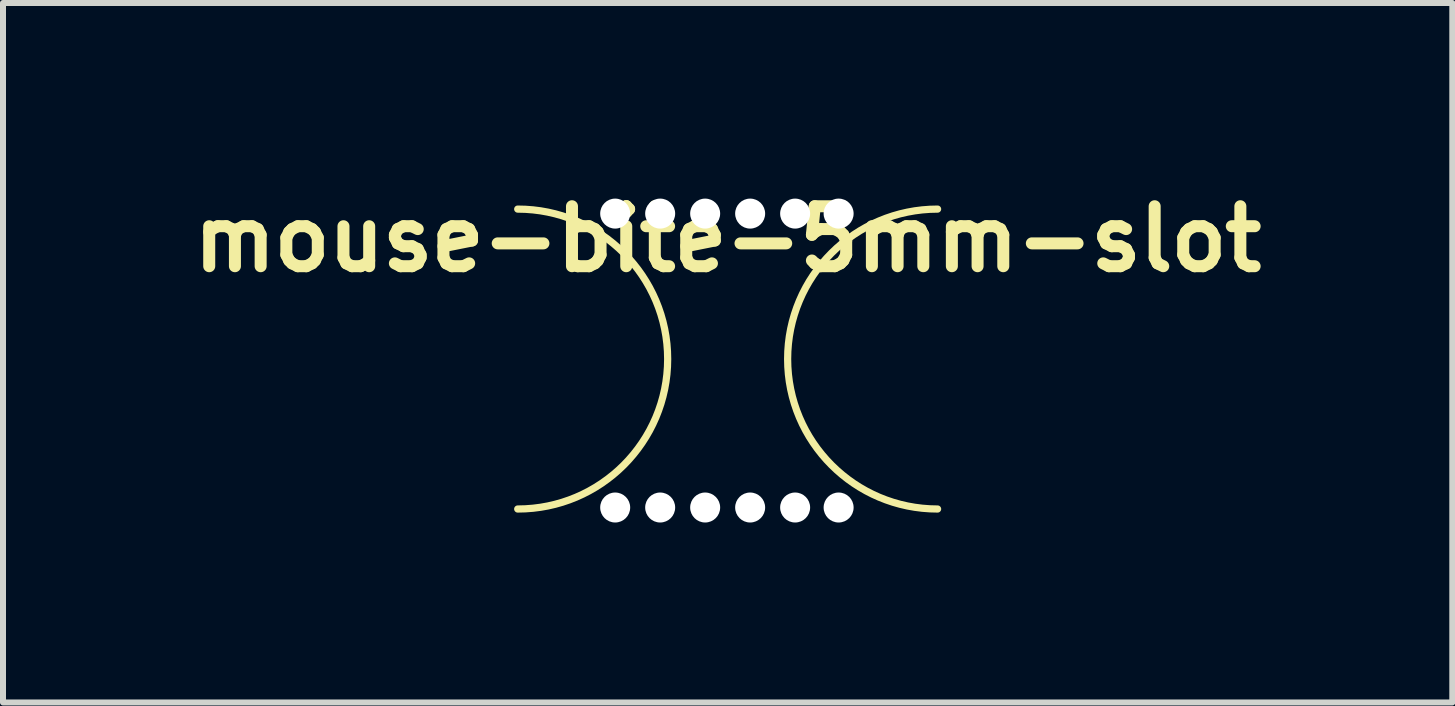
<source format=kicad_pcb>
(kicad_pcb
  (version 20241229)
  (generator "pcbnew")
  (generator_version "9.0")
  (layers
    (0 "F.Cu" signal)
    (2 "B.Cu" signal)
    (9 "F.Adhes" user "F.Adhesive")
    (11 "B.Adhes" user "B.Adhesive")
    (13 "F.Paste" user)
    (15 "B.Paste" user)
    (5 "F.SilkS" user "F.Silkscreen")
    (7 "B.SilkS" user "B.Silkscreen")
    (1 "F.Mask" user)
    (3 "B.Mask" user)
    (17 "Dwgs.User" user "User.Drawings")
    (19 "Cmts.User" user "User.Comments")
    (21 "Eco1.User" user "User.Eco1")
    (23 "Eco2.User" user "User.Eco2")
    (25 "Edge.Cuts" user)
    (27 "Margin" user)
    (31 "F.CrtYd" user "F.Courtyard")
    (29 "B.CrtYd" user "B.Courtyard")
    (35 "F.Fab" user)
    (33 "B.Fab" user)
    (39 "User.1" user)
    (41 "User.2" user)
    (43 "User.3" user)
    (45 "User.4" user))
  (footprint "mouse-bite-5mm-slot"
    (layer "F.Cu")
    (at 9.081 2.936)
    (property "Reference" "mouse-bite-5mm-slot" (at 0 -2 0) (layer "F.SilkS") (effects (font (size 1 1) (thickness 0.2))))
    (attr through_hole)
    (fp_arc (start -3.5 -2.5) (mid -1 0) (end -3.5 2.5) (stroke (width 0.12) (type solid)) (layer "F.SilkS"))
    (fp_arc (start 3.5 2.5) (mid 1 0) (end 3.5 -2.5) (stroke (width 0.12) (type solid)) (layer "F.SilkS"))
    (pad "" np_thru_hole circle (at -1.875 -2.425) (size 0.5 0.5) (drill 0.5) (layers "*.Cu" "*.Mask"))
    (pad "" np_thru_hole circle (at -1.875 2.475) (size 0.5 0.5) (drill 0.5) (layers "*.Cu" "*.Mask"))
    (pad "" np_thru_hole circle (at -1.125 -2.425) (size 0.5 0.5) (drill 0.5) (layers "*.Cu" "*.Mask"))
    (pad "" np_thru_hole circle (at -1.125 2.475) (size 0.5 0.5) (drill 0.5) (layers "*.Cu" "*.Mask"))
    (pad "" np_thru_hole circle (at -0.375 -2.425) (size 0.5 0.5) (drill 0.5) (layers "*.Cu" "*.Mask"))
    (pad "" np_thru_hole circle (at -0.375 2.475) (size 0.5 0.5) (drill 0.5) (layers "*.Cu" "*.Mask"))
    (pad "" np_thru_hole circle (at 0.375 -2.425) (size 0.5 0.5) (drill 0.5) (layers "*.Cu" "*.Mask"))
    (pad "" np_thru_hole circle (at 0.375 2.475) (size 0.5 0.5) (drill 0.5) (layers "*.Cu" "*.Mask"))
    (pad "" np_thru_hole circle (at 1.125 -2.425) (size 0.5 0.5) (drill 0.5) (layers "*.Cu" "*.Mask"))
    (pad "" np_thru_hole circle (at 1.125 2.475) (size 0.5 0.5) (drill 0.5) (layers "*.Cu" "*.Mask"))
    (pad "" np_thru_hole circle (at 1.85 -2.425) (size 0.5 0.5) (drill 0.5) (layers "*.Cu" "*.Mask"))
    (pad "" np_thru_hole circle (at 1.85 2.475) (size 0.5 0.5) (drill 0.5) (layers "*.Cu" "*.Mask")))
  (gr_rect
    (start -3 -3)
    (end 21.162 8.661)
    (stroke (width 0.1) (type default))
    (fill no)
    (layer "Edge.Cuts")))
</source>
